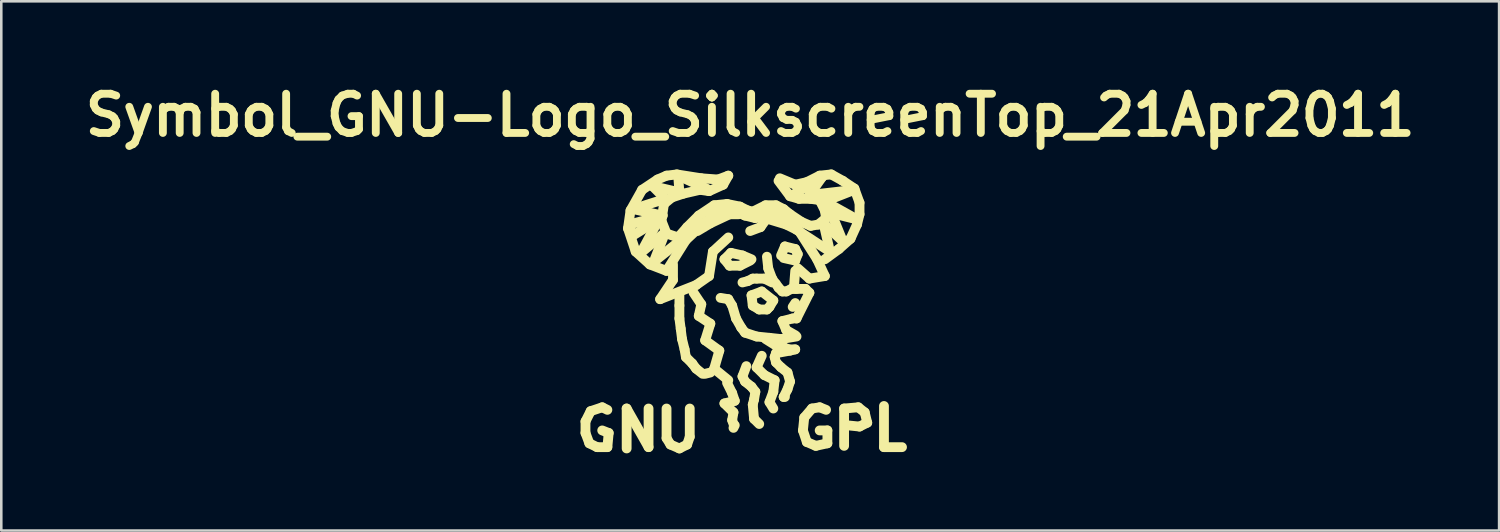
<source format=kicad_pcb>
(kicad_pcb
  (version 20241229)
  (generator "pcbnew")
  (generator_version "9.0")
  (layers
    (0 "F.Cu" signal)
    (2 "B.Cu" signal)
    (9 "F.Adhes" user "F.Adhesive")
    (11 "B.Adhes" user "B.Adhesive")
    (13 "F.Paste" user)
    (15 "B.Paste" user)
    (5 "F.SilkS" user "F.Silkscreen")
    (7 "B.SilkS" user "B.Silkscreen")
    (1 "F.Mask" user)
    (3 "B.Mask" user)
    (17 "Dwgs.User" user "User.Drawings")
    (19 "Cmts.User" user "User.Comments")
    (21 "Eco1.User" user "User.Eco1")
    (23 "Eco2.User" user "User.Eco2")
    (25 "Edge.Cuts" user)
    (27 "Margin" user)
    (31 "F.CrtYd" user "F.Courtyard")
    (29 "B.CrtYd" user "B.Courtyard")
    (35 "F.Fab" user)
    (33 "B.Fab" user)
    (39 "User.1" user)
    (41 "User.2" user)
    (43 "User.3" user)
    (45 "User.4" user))
  (footprint "Symbol_GNU-Logo_SilkscreenTop_21Apr2011"
    (layer "F.Cu")
    (at 26.104 7.477)
    (property "Reference" "Symbol_GNU-Logo_SilkscreenTop_21Apr2011" (at 0 -6.05 0) (layer "F.SilkS") (effects (font (size 1.524 1.524) (thickness 0.305))))
    (attr through_hole)
    (fp_line (start -6.401 5.85) (end -6.401 6.299) (stroke (width 0.381) (type solid)) (layer "F.SilkS"))
    (fp_line (start -6.401 6.299) (end -6.251 6.701) (stroke (width 0.381) (type solid)) (layer "F.SilkS"))
    (fp_line (start -6.251 6.701) (end -5.951 6.85) (stroke (width 0.381) (type solid)) (layer "F.SilkS"))
    (fp_line (start -6.2 5.451) (end -6.401 5.85) (stroke (width 0.381) (type solid)) (layer "F.SilkS"))
    (fp_line (start -5.951 6.85) (end -5.55 6.85) (stroke (width 0.381) (type solid)) (layer "F.SilkS"))
    (fp_line (start -5.751 5.301) (end -6.2 5.451) (stroke (width 0.381) (type solid)) (layer "F.SilkS"))
    (fp_line (start -5.55 5.4) (end -5.751 5.301) (stroke (width 0.381) (type solid)) (layer "F.SilkS"))
    (fp_line (start -5.55 6.85) (end -5.499 6.299) (stroke (width 0.381) (type solid)) (layer "F.SilkS"))
    (fp_line (start -5.499 6.299) (end -5.751 6.2) (stroke (width 0.381) (type solid)) (layer "F.SilkS"))
    (fp_line (start -4.801 5.349) (end -3.95 6.85) (stroke (width 0.381) (type solid)) (layer "F.SilkS"))
    (fp_line (start -4.801 6.901) (end -4.801 5.349) (stroke (width 0.381) (type solid)) (layer "F.SilkS"))
    (fp_line (start -4.75 -1.651) (end -4.45 -0.749) (stroke (width 0.381) (type solid)) (layer "F.SilkS"))
    (fp_line (start -4.699 -1.801) (end -3.401 -2.149) (stroke (width 0.381) (type solid)) (layer "F.SilkS"))
    (fp_line (start -4.651 -2.349) (end -4.75 -1.651) (stroke (width 0.381) (type solid)) (layer "F.SilkS"))
    (fp_line (start -4.6 -1.349) (end -4.699 -1.801) (stroke (width 0.381) (type solid)) (layer "F.SilkS"))
    (fp_line (start -4.549 -2.4) (end -3.299 -2.799) (stroke (width 0.381) (type solid)) (layer "F.SilkS"))
    (fp_line (start -4.45 -0.749) (end -3.899 -0.249) (stroke (width 0.381) (type solid)) (layer "F.SilkS"))
    (fp_line (start -4.249 -0.701) (end -3.551 -1.999) (stroke (width 0.381) (type solid)) (layer "F.SilkS"))
    (fp_line (start -4.201 -3.15) (end -4.651 -2.349) (stroke (width 0.381) (type solid)) (layer "F.SilkS"))
    (fp_line (start -3.95 6.85) (end -3.95 5.349) (stroke (width 0.381) (type solid)) (layer "F.SilkS"))
    (fp_line (start -3.899 -0.249) (end -3.251 0) (stroke (width 0.381) (type solid)) (layer "F.SilkS"))
    (fp_line (start -3.8 -3.299) (end -2.751 -3.051) (stroke (width 0.381) (type solid)) (layer "F.SilkS"))
    (fp_line (start -3.749 -0.351) (end -3.299 -1.501) (stroke (width 0.381) (type solid)) (layer "F.SilkS"))
    (fp_line (start -3.599 -3.551) (end -4.201 -3.15) (stroke (width 0.381) (type solid)) (layer "F.SilkS"))
    (fp_line (start -3.551 -1.999) (end -4.6 -1.349) (stroke (width 0.381) (type solid)) (layer "F.SilkS"))
    (fp_line (start -3.5 1.1) (end -2.101 0.551) (stroke (width 0.381) (type solid)) (layer "F.SilkS"))
    (fp_line (start -3.449 -1.951) (end -3.35 -2.601) (stroke (width 0.381) (type solid)) (layer "F.SilkS"))
    (fp_line (start -3.401 -2.149) (end -4.549 -2.4) (stroke (width 0.381) (type solid)) (layer "F.SilkS"))
    (fp_line (start -3.35 -2.601) (end -3.051 -2.85) (stroke (width 0.381) (type solid)) (layer "F.SilkS"))
    (fp_line (start -3.299 -2.799) (end -3.8 -3.299) (stroke (width 0.381) (type solid)) (layer "F.SilkS"))
    (fp_line (start -3.299 -1.501) (end -4.249 -0.701) (stroke (width 0.381) (type solid)) (layer "F.SilkS"))
    (fp_line (start -3.251 -3.701) (end -3.599 -3.551) (stroke (width 0.381) (type solid)) (layer "F.SilkS"))
    (fp_line (start -3.251 -1.45) (end -3.449 -1.951) (stroke (width 0.381) (type solid)) (layer "F.SilkS"))
    (fp_line (start -3.251 0) (end -2.499 -1.199) (stroke (width 0.381) (type solid)) (layer "F.SilkS"))
    (fp_line (start -3.251 5.349) (end -3.251 6.5) (stroke (width 0.381) (type solid)) (layer "F.SilkS"))
    (fp_line (start -3.251 6.5) (end -3.099 6.749) (stroke (width 0.381) (type solid)) (layer "F.SilkS"))
    (fp_line (start -3.099 6.749) (end -2.751 6.901) (stroke (width 0.381) (type solid)) (layer "F.SilkS"))
    (fp_line (start -3.051 -2.85) (end -2.601 -3) (stroke (width 0.381) (type solid)) (layer "F.SilkS"))
    (fp_line (start -3 -0.249) (end -3 0.351) (stroke (width 0.381) (type solid)) (layer "F.SilkS"))
    (fp_line (start -3 0.351) (end -3.5 1.1) (stroke (width 0.381) (type solid)) (layer "F.SilkS"))
    (fp_line (start -2.85 -3.749) (end -3.251 -3.701) (stroke (width 0.381) (type solid)) (layer "F.SilkS"))
    (fp_line (start -2.799 -3.701) (end -1.699 -3.2) (stroke (width 0.381) (type solid)) (layer "F.SilkS"))
    (fp_line (start -2.799 -1.3) (end -3.251 -1.45) (stroke (width 0.381) (type solid)) (layer "F.SilkS"))
    (fp_line (start -2.751 -3.051) (end -2.799 -3.701) (stroke (width 0.381) (type solid)) (layer "F.SilkS"))
    (fp_line (start -2.751 -1.151) (end -3.749 -0.351) (stroke (width 0.381) (type solid)) (layer "F.SilkS"))
    (fp_line (start -2.751 1.349) (end -2.751 0.851) (stroke (width 0.381) (type solid)) (layer "F.SilkS"))
    (fp_line (start -2.751 1.849) (end -2.751 1.349) (stroke (width 0.381) (type solid)) (layer "F.SilkS"))
    (fp_line (start -2.751 6.901) (end -2.451 6.749) (stroke (width 0.381) (type solid)) (layer "F.SilkS"))
    (fp_line (start -2.7 2.25) (end -2.751 1.849) (stroke (width 0.381) (type solid)) (layer "F.SilkS"))
    (fp_line (start -2.649 2.649) (end -2.7 2.25) (stroke (width 0.381) (type solid)) (layer "F.SilkS"))
    (fp_line (start -2.601 -3) (end -1.951 -3.15) (stroke (width 0.381) (type solid)) (layer "F.SilkS"))
    (fp_line (start -2.55 3.051) (end -2.649 2.649) (stroke (width 0.381) (type solid)) (layer "F.SilkS"))
    (fp_line (start -2.499 -1.199) (end -1.801 -1.849) (stroke (width 0.381) (type solid)) (layer "F.SilkS"))
    (fp_line (start -2.499 3.35) (end -2.55 3.051) (stroke (width 0.381) (type solid)) (layer "F.SilkS"))
    (fp_line (start -2.451 -1.699) (end -2.799 -1.3) (stroke (width 0.381) (type solid)) (layer "F.SilkS"))
    (fp_line (start -2.451 6.749) (end -2.349 6.449) (stroke (width 0.381) (type solid)) (layer "F.SilkS"))
    (fp_line (start -2.349 6.449) (end -2.349 5.349) (stroke (width 0.381) (type solid)) (layer "F.SilkS"))
    (fp_line (start -2.25 3.599) (end -2.499 3.35) (stroke (width 0.381) (type solid)) (layer "F.SilkS"))
    (fp_line (start -2.2 0.851) (end -1.9 1.3) (stroke (width 0.381) (type solid)) (layer "F.SilkS"))
    (fp_line (start -2.101 0.551) (end -1.6 0.201) (stroke (width 0.381) (type solid)) (layer "F.SilkS"))
    (fp_line (start -2.101 3.8) (end -2.25 3.599) (stroke (width 0.381) (type solid)) (layer "F.SilkS"))
    (fp_line (start -2.05 -1.549) (end -1.549 -1.849) (stroke (width 0.381) (type solid)) (layer "F.SilkS"))
    (fp_line (start -1.999 -2.149) (end -2.451 -1.699) (stroke (width 0.381) (type solid)) (layer "F.SilkS"))
    (fp_line (start -1.999 1.75) (end -1.549 2.05) (stroke (width 0.381) (type solid)) (layer "F.SilkS"))
    (fp_line (start -1.951 -3.15) (end -1.6 -3.099) (stroke (width 0.381) (type solid)) (layer "F.SilkS"))
    (fp_line (start -1.9 -3.599) (end -2.85 -3.749) (stroke (width 0.381) (type solid)) (layer "F.SilkS"))
    (fp_line (start -1.9 1.3) (end -1.999 1.75) (stroke (width 0.381) (type solid)) (layer "F.SilkS"))
    (fp_line (start -1.849 4) (end -2.101 3.8) (stroke (width 0.381) (type solid)) (layer "F.SilkS"))
    (fp_line (start -1.801 -1.849) (end -1.199 -2.301) (stroke (width 0.381) (type solid)) (layer "F.SilkS"))
    (fp_line (start -1.75 2.7) (end -1.199 3.099) (stroke (width 0.381) (type solid)) (layer "F.SilkS"))
    (fp_line (start -1.75 4) (end -1.549 3.95) (stroke (width 0.381) (type solid)) (layer "F.SilkS"))
    (fp_line (start -1.6 -3.099) (end -1.049 -3.35) (stroke (width 0.381) (type solid)) (layer "F.SilkS"))
    (fp_line (start -1.6 0.201) (end -1.45 -0.749) (stroke (width 0.381) (type solid)) (layer "F.SilkS"))
    (fp_line (start -1.549 -1.849) (end -0.8 -2.2) (stroke (width 0.381) (type solid)) (layer "F.SilkS"))
    (fp_line (start -1.549 2.05) (end -1.75 2.7) (stroke (width 0.381) (type solid)) (layer "F.SilkS"))
    (fp_line (start -1.45 -0.749) (end -0.851 -1.3) (stroke (width 0.381) (type solid)) (layer "F.SilkS"))
    (fp_line (start -1.4 -2.55) (end -1.999 -2.149) (stroke (width 0.381) (type solid)) (layer "F.SilkS"))
    (fp_line (start -1.4 3.8) (end -0.851 4.249) (stroke (width 0.381) (type solid)) (layer "F.SilkS"))
    (fp_line (start -1.25 -3.551) (end -1.9 -3.599) (stroke (width 0.381) (type solid)) (layer "F.SilkS"))
    (fp_line (start -1.199 -2.301) (end -0.65 -2.349) (stroke (width 0.381) (type solid)) (layer "F.SilkS"))
    (fp_line (start -1.199 3.099) (end -1.4 3.8) (stroke (width 0.381) (type solid)) (layer "F.SilkS"))
    (fp_line (start -1.049 -3.35) (end -0.851 -3.701) (stroke (width 0.381) (type solid)) (layer "F.SilkS"))
    (fp_line (start -1.001 -0.45) (end -0.8 -0.201) (stroke (width 0.381) (type solid)) (layer "F.SilkS"))
    (fp_line (start -1.001 5.151) (end -0.65 5.499) (stroke (width 0.381) (type solid)) (layer "F.SilkS"))
    (fp_line (start -0.899 -2.601) (end -1.4 -2.55) (stroke (width 0.381) (type solid)) (layer "F.SilkS"))
    (fp_line (start -0.899 4.351) (end -0.701 4.75) (stroke (width 0.381) (type solid)) (layer "F.SilkS"))
    (fp_line (start -0.851 -3.701) (end -1.25 -3.551) (stroke (width 0.381) (type solid)) (layer "F.SilkS"))
    (fp_line (start -0.851 1.1) (end -1.151 1.049) (stroke (width 0.381) (type solid)) (layer "F.SilkS"))
    (fp_line (start -0.8 -2.2) (end -0.45 -2.2) (stroke (width 0.381) (type solid)) (layer "F.SilkS"))
    (fp_line (start -0.8 -0.201) (end -0.399 -0.201) (stroke (width 0.381) (type solid)) (layer "F.SilkS"))
    (fp_line (start -0.749 -0.701) (end -1.001 -0.45) (stroke (width 0.381) (type solid)) (layer "F.SilkS"))
    (fp_line (start -0.701 1.349) (end -0.851 1.1) (stroke (width 0.381) (type solid)) (layer "F.SilkS"))
    (fp_line (start -0.701 4.75) (end -0.599 5.05) (stroke (width 0.381) (type solid)) (layer "F.SilkS"))
    (fp_line (start -0.701 5.799) (end -0.65 5.951) (stroke (width 0.381) (type solid)) (layer "F.SilkS"))
    (fp_line (start -0.65 -2.349) (end -0.201 -2.149) (stroke (width 0.381) (type solid)) (layer "F.SilkS"))
    (fp_line (start -0.65 5.499) (end -0.701 5.799) (stroke (width 0.381) (type solid)) (layer "F.SilkS"))
    (fp_line (start -0.599 5.05) (end -1.001 5.151) (stroke (width 0.381) (type solid)) (layer "F.SilkS"))
    (fp_line (start -0.599 5.999) (end -0.65 6.101) (stroke (width 0.381) (type solid)) (layer "F.SilkS"))
    (fp_line (start -0.551 1.849) (end -0.701 1.349) (stroke (width 0.381) (type solid)) (layer "F.SilkS"))
    (fp_line (start -0.399 -2.499) (end -0.899 -2.601) (stroke (width 0.381) (type solid)) (layer "F.SilkS"))
    (fp_line (start -0.399 -0.201) (end 0 -0.399) (stroke (width 0.381) (type solid)) (layer "F.SilkS"))
    (fp_line (start -0.351 2.2) (end -0.551 1.849) (stroke (width 0.381) (type solid)) (layer "F.SilkS"))
    (fp_line (start -0.3 -0.599) (end -0.749 -0.701) (stroke (width 0.381) (type solid)) (layer "F.SilkS"))
    (fp_line (start -0.3 4.1) (end -0.201 4.3) (stroke (width 0.381) (type solid)) (layer "F.SilkS"))
    (fp_line (start -0.201 -2.149) (end 0.201 -2.05) (stroke (width 0.381) (type solid)) (layer "F.SilkS"))
    (fp_line (start -0.201 2.4) (end -0.351 2.2) (stroke (width 0.381) (type solid)) (layer "F.SilkS"))
    (fp_line (start -0.201 4.3) (end 0.051 4.501) (stroke (width 0.381) (type solid)) (layer "F.SilkS"))
    (fp_line (start -0.15 3.701) (end -0.3 4.1) (stroke (width 0.381) (type solid)) (layer "F.SilkS"))
    (fp_line (start -0.099 -2.349) (end -0.399 -2.499) (stroke (width 0.381) (type solid)) (layer "F.SilkS"))
    (fp_line (start -0.099 0.399) (end -0.3 0.45) (stroke (width 0.381) (type solid)) (layer "F.SilkS"))
    (fp_line (start 0 -1.549) (end 0.399 -1.699) (stroke (width 0.381) (type solid)) (layer "F.SilkS"))
    (fp_line (start 0.051 -0.45) (end -0.3 -0.599) (stroke (width 0.381) (type solid)) (layer "F.SilkS"))
    (fp_line (start 0.051 0.95) (end 0.099 1.349) (stroke (width 0.381) (type solid)) (layer "F.SilkS"))
    (fp_line (start 0.051 4.501) (end 0.201 4.699) (stroke (width 0.381) (type solid)) (layer "F.SilkS"))
    (fp_line (start 0.099 -2.301) (end -0.099 -2.349) (stroke (width 0.381) (type solid)) (layer "F.SilkS"))
    (fp_line (start 0.099 0.3) (end -0.099 0.399) (stroke (width 0.381) (type solid)) (layer "F.SilkS"))
    (fp_line (start 0.099 1.349) (end 0.351 1.501) (stroke (width 0.381) (type solid)) (layer "F.SilkS"))
    (fp_line (start 0.099 5.199) (end 0.15 5.751) (stroke (width 0.381) (type solid)) (layer "F.SilkS"))
    (fp_line (start 0.15 5.001) (end 0.099 5.199) (stroke (width 0.381) (type solid)) (layer "F.SilkS"))
    (fp_line (start 0.15 5.751) (end 0.351 5.951) (stroke (width 0.381) (type solid)) (layer "F.SilkS"))
    (fp_line (start 0.201 -2.05) (end 0.65 -2.2) (stroke (width 0.381) (type solid)) (layer "F.SilkS"))
    (fp_line (start 0.201 4.699) (end 0.15 5.001) (stroke (width 0.381) (type solid)) (layer "F.SilkS"))
    (fp_line (start 0.249 0.3) (end 0.099 0.3) (stroke (width 0.381) (type solid)) (layer "F.SilkS"))
    (fp_line (start 0.249 2.55) (end -0.201 2.4) (stroke (width 0.381) (type solid)) (layer "F.SilkS"))
    (fp_line (start 0.249 3.749) (end 0.551 4.049) (stroke (width 0.381) (type solid)) (layer "F.SilkS"))
    (fp_line (start 0.351 1.501) (end 0.65 1.501) (stroke (width 0.381) (type solid)) (layer "F.SilkS"))
    (fp_line (start 0.399 -1.699) (end 0.65 -2.05) (stroke (width 0.381) (type solid)) (layer "F.SilkS"))
    (fp_line (start 0.45 0.8) (end 0.051 0.95) (stroke (width 0.381) (type solid)) (layer "F.SilkS"))
    (fp_line (start 0.45 3.299) (end 0.249 3.749) (stroke (width 0.381) (type solid)) (layer "F.SilkS"))
    (fp_line (start 0.551 0.3) (end 0.249 0.3) (stroke (width 0.381) (type solid)) (layer "F.SilkS"))
    (fp_line (start 0.551 4.049) (end 0.95 4.249) (stroke (width 0.381) (type solid)) (layer "F.SilkS"))
    (fp_line (start 0.599 -2.55) (end 0.099 -2.301) (stroke (width 0.381) (type solid)) (layer "F.SilkS"))
    (fp_line (start 0.599 2.649) (end 1.001 2.901) (stroke (width 0.381) (type solid)) (layer "F.SilkS"))
    (fp_line (start 0.65 -2.2) (end 1.1 -2.101) (stroke (width 0.381) (type solid)) (layer "F.SilkS"))
    (fp_line (start 0.65 -0.551) (end 0.701 -0.099) (stroke (width 0.381) (type solid)) (layer "F.SilkS"))
    (fp_line (start 0.65 1.501) (end 0.749 1.4) (stroke (width 0.381) (type solid)) (layer "F.SilkS"))
    (fp_line (start 0.701 -0.099) (end 0.851 0.3) (stroke (width 0.381) (type solid)) (layer "F.SilkS"))
    (fp_line (start 0.749 -1.999) (end 1.4 -1.801) (stroke (width 0.381) (type solid)) (layer "F.SilkS"))
    (fp_line (start 0.749 1.4) (end 0.899 1.151) (stroke (width 0.381) (type solid)) (layer "F.SilkS"))
    (fp_line (start 0.749 2.601) (end 0.249 2.55) (stroke (width 0.381) (type solid)) (layer "F.SilkS"))
    (fp_line (start 0.749 5.1) (end 0.899 5.349) (stroke (width 0.381) (type solid)) (layer "F.SilkS"))
    (fp_line (start 0.851 -2.301) (end 1.1 -2.25) (stroke (width 0.381) (type solid)) (layer "F.SilkS"))
    (fp_line (start 0.851 0.3) (end 0.95 0.45) (stroke (width 0.381) (type solid)) (layer "F.SilkS"))
    (fp_line (start 0.851 0.45) (end 0.551 0.3) (stroke (width 0.381) (type solid)) (layer "F.SilkS"))
    (fp_line (start 0.899 1.151) (end 0.45 0.8) (stroke (width 0.381) (type solid)) (layer "F.SilkS"))
    (fp_line (start 0.899 4.699) (end 0.749 5.1) (stroke (width 0.381) (type solid)) (layer "F.SilkS"))
    (fp_line (start 0.95 3.35) (end 1.001 3.551) (stroke (width 0.381) (type solid)) (layer "F.SilkS"))
    (fp_line (start 0.95 4.249) (end 0.899 4.699) (stroke (width 0.381) (type solid)) (layer "F.SilkS"))
    (fp_line (start 1.001 -2.55) (end 0.599 -2.55) (stroke (width 0.381) (type solid)) (layer "F.SilkS"))
    (fp_line (start 1.001 0.5) (end 1.1 0.65) (stroke (width 0.381) (type solid)) (layer "F.SilkS"))
    (fp_line (start 1.001 2.901) (end 1.25 2.901) (stroke (width 0.381) (type solid)) (layer "F.SilkS"))
    (fp_line (start 1.001 3.2) (end 0.95 3.35) (stroke (width 0.381) (type solid)) (layer "F.SilkS"))
    (fp_line (start 1.001 3.551) (end 1.199 3.749) (stroke (width 0.381) (type solid)) (layer "F.SilkS"))
    (fp_line (start 1.1 -3.5) (end 1.549 -2.901) (stroke (width 0.381) (type solid)) (layer "F.SilkS"))
    (fp_line (start 1.1 -2.101) (end 1.699 -1.801) (stroke (width 0.381) (type solid)) (layer "F.SilkS"))
    (fp_line (start 1.1 0.65) (end 1.25 0.8) (stroke (width 0.381) (type solid)) (layer "F.SilkS"))
    (fp_line (start 1.151 -3.599) (end 1.75 -3.35) (stroke (width 0.381) (type solid)) (layer "F.SilkS"))
    (fp_line (start 1.199 -0.599) (end 1.349 -0.95) (stroke (width 0.381) (type solid)) (layer "F.SilkS"))
    (fp_line (start 1.199 2.649) (end 0.749 2.601) (stroke (width 0.381) (type solid)) (layer "F.SilkS"))
    (fp_line (start 1.199 3.749) (end 1.45 3.95) (stroke (width 0.381) (type solid)) (layer "F.SilkS"))
    (fp_line (start 1.25 0.8) (end 1.4 0.8) (stroke (width 0.381) (type solid)) (layer "F.SilkS"))
    (fp_line (start 1.25 1.951) (end 1.4 2.301) (stroke (width 0.381) (type solid)) (layer "F.SilkS"))
    (fp_line (start 1.25 2.949) (end 1.501 3.051) (stroke (width 0.381) (type solid)) (layer "F.SilkS"))
    (fp_line (start 1.3 -2.4) (end 1.001 -2.55) (stroke (width 0.381) (type solid)) (layer "F.SilkS"))
    (fp_line (start 1.3 4.9) (end 1.349 4.9) (stroke (width 0.381) (type solid)) (layer "F.SilkS"))
    (fp_line (start 1.349 -0.95) (end 1.75 -0.851) (stroke (width 0.381) (type solid)) (layer "F.SilkS"))
    (fp_line (start 1.4 -1.801) (end 1.801 -1.6) (stroke (width 0.381) (type solid)) (layer "F.SilkS"))
    (fp_line (start 1.4 0.8) (end 1.6 0.701) (stroke (width 0.381) (type solid)) (layer "F.SilkS"))
    (fp_line (start 1.4 2.301) (end 1.75 2.499) (stroke (width 0.381) (type solid)) (layer "F.SilkS"))
    (fp_line (start 1.45 3.95) (end 1.549 4.3) (stroke (width 0.381) (type solid)) (layer "F.SilkS"))
    (fp_line (start 1.45 4.6) (end 1.3 4.9) (stroke (width 0.381) (type solid)) (layer "F.SilkS"))
    (fp_line (start 1.501 3.051) (end 1.75 3.051) (stroke (width 0.381) (type solid)) (layer "F.SilkS"))
    (fp_line (start 1.549 -2.901) (end 1.9 -2.799) (stroke (width 0.381) (type solid)) (layer "F.SilkS"))
    (fp_line (start 1.549 -2.2) (end 1.3 -2.4) (stroke (width 0.381) (type solid)) (layer "F.SilkS"))
    (fp_line (start 1.549 3.099) (end 1.001 3.2) (stroke (width 0.381) (type solid)) (layer "F.SilkS"))
    (fp_line (start 1.549 4.3) (end 1.45 4.6) (stroke (width 0.381) (type solid)) (layer "F.SilkS"))
    (fp_line (start 1.6 0.701) (end 1.801 0.701) (stroke (width 0.381) (type solid)) (layer "F.SilkS"))
    (fp_line (start 1.651 1.849) (end 1.25 1.951) (stroke (width 0.381) (type solid)) (layer "F.SilkS"))
    (fp_line (start 1.699 -1.801) (end 1.9 -1.549) (stroke (width 0.381) (type solid)) (layer "F.SilkS"))
    (fp_line (start 1.75 -3.35) (end 2.2 -3.449) (stroke (width 0.381) (type solid)) (layer "F.SilkS"))
    (fp_line (start 1.75 -0.851) (end 1.849 -0.65) (stroke (width 0.381) (type solid)) (layer "F.SilkS"))
    (fp_line (start 1.75 -0.399) (end 1.3 -0.5) (stroke (width 0.381) (type solid)) (layer "F.SilkS"))
    (fp_line (start 1.75 0) (end 1.699 0.65) (stroke (width 0.381) (type solid)) (layer "F.SilkS"))
    (fp_line (start 1.75 0.701) (end 2.149 0.701) (stroke (width 0.381) (type solid)) (layer "F.SilkS"))
    (fp_line (start 1.75 1.25) (end 1.651 1.4) (stroke (width 0.381) (type solid)) (layer "F.SilkS"))
    (fp_line (start 1.75 3.051) (end 1.549 3.099) (stroke (width 0.381) (type solid)) (layer "F.SilkS"))
    (fp_line (start 1.801 -1.6) (end 3.099 -0.749) (stroke (width 0.381) (type solid)) (layer "F.SilkS"))
    (fp_line (start 1.801 1.849) (end 1.651 1.849) (stroke (width 0.381) (type solid)) (layer "F.SilkS"))
    (fp_line (start 1.801 2.55) (end 1.199 2.649) (stroke (width 0.381) (type solid)) (layer "F.SilkS"))
    (fp_line (start 1.849 -0.65) (end 1.75 -0.399) (stroke (width 0.381) (type solid)) (layer "F.SilkS"))
    (fp_line (start 1.9 -2.799) (end 2.349 -2.799) (stroke (width 0.381) (type solid)) (layer "F.SilkS"))
    (fp_line (start 1.9 -1.549) (end 2.601 -0.45) (stroke (width 0.381) (type solid)) (layer "F.SilkS"))
    (fp_line (start 1.999 -1.9) (end 1.549 -2.2) (stroke (width 0.381) (type solid)) (layer "F.SilkS"))
    (fp_line (start 2.05 6.2) (end 2.2 6.65) (stroke (width 0.381) (type solid)) (layer "F.SilkS"))
    (fp_line (start 2.101 5.7) (end 2.05 6.2) (stroke (width 0.381) (type solid)) (layer "F.SilkS"))
    (fp_line (start 2.149 0.701) (end 2.301 0.851) (stroke (width 0.381) (type solid)) (layer "F.SilkS"))
    (fp_line (start 2.2 -3.449) (end 2.7 -3.701) (stroke (width 0.381) (type solid)) (layer "F.SilkS"))
    (fp_line (start 2.2 6.65) (end 2.55 6.8) (stroke (width 0.381) (type solid)) (layer "F.SilkS"))
    (fp_line (start 2.301 -2.949) (end 2.799 -3.65) (stroke (width 0.381) (type solid)) (layer "F.SilkS"))
    (fp_line (start 2.301 0.3) (end 1.849 -0.099) (stroke (width 0.381) (type solid)) (layer "F.SilkS"))
    (fp_line (start 2.301 0.851) (end 1.801 1.849) (stroke (width 0.381) (type solid)) (layer "F.SilkS"))
    (fp_line (start 2.349 -2.799) (end 2.7 -2.751) (stroke (width 0.381) (type solid)) (layer "F.SilkS"))
    (fp_line (start 2.349 -1.75) (end 1.999 -1.9) (stroke (width 0.381) (type solid)) (layer "F.SilkS"))
    (fp_line (start 2.4 5.349) (end 2.101 5.7) (stroke (width 0.381) (type solid)) (layer "F.SilkS"))
    (fp_line (start 2.55 6.8) (end 3 6.701) (stroke (width 0.381) (type solid)) (layer "F.SilkS"))
    (fp_line (start 2.601 -0.45) (end 2.901 0.201) (stroke (width 0.381) (type solid)) (layer "F.SilkS"))
    (fp_line (start 2.649 -1.801) (end 2.349 -1.75) (stroke (width 0.381) (type solid)) (layer "F.SilkS"))
    (fp_line (start 2.7 -3.701) (end 3.15 -3.749) (stroke (width 0.381) (type solid)) (layer "F.SilkS"))
    (fp_line (start 2.7 -2.751) (end 2.901 -2.349) (stroke (width 0.381) (type solid)) (layer "F.SilkS"))
    (fp_line (start 2.7 5.301) (end 2.4 5.349) (stroke (width 0.381) (type solid)) (layer "F.SilkS"))
    (fp_line (start 2.799 -3.65) (end 1.651 -2.949) (stroke (width 0.381) (type solid)) (layer "F.SilkS"))
    (fp_line (start 2.85 -1.849) (end 3.599 -1.151) (stroke (width 0.381) (type solid)) (layer "F.SilkS"))
    (fp_line (start 2.901 -2.7) (end 4.049 -3.15) (stroke (width 0.381) (type solid)) (layer "F.SilkS"))
    (fp_line (start 2.901 -2.349) (end 2.949 -2.05) (stroke (width 0.381) (type solid)) (layer "F.SilkS"))
    (fp_line (start 2.901 0.201) (end 2.301 0.3) (stroke (width 0.381) (type solid)) (layer "F.SilkS"))
    (fp_line (start 2.949 -2.05) (end 2.649 -1.801) (stroke (width 0.381) (type solid)) (layer "F.SilkS"))
    (fp_line (start 2.949 5.4) (end 2.7 5.301) (stroke (width 0.381) (type solid)) (layer "F.SilkS"))
    (fp_line (start 3 6.2) (end 2.7 6.2) (stroke (width 0.381) (type solid)) (layer "F.SilkS"))
    (fp_line (start 3 6.701) (end 3 6.2) (stroke (width 0.381) (type solid)) (layer "F.SilkS"))
    (fp_line (start 3.099 -0.749) (end 2.85 -1.849) (stroke (width 0.381) (type solid)) (layer "F.SilkS"))
    (fp_line (start 3.15 -3.749) (end 3.599 -3.5) (stroke (width 0.381) (type solid)) (layer "F.SilkS"))
    (fp_line (start 3.15 -2.25) (end 4.15 -1.999) (stroke (width 0.381) (type solid)) (layer "F.SilkS"))
    (fp_line (start 3.449 -0.851) (end 2.901 -0.45) (stroke (width 0.381) (type solid)) (layer "F.SilkS"))
    (fp_line (start 3.599 -3.5) (end 4.049 -3.2) (stroke (width 0.381) (type solid)) (layer "F.SilkS"))
    (fp_line (start 3.599 -1.151) (end 3.15 -2.25) (stroke (width 0.381) (type solid)) (layer "F.SilkS"))
    (fp_line (start 3.65 5.349) (end 4.201 5.301) (stroke (width 0.381) (type solid)) (layer "F.SilkS"))
    (fp_line (start 3.65 6.8) (end 3.65 5.349) (stroke (width 0.381) (type solid)) (layer "F.SilkS"))
    (fp_line (start 3.899 -1.25) (end 3.449 -0.851) (stroke (width 0.381) (type solid)) (layer "F.SilkS"))
    (fp_line (start 4.049 -3.2) (end 4.249 -2.649) (stroke (width 0.381) (type solid)) (layer "F.SilkS"))
    (fp_line (start 4.049 -3.15) (end 2.301 -2.949) (stroke (width 0.381) (type solid)) (layer "F.SilkS"))
    (fp_line (start 4.15 -1.999) (end 2.901 -2.7) (stroke (width 0.381) (type solid)) (layer "F.SilkS"))
    (fp_line (start 4.15 -1.801) (end 3.899 -1.25) (stroke (width 0.381) (type solid)) (layer "F.SilkS"))
    (fp_line (start 4.201 5.301) (end 4.45 5.499) (stroke (width 0.381) (type solid)) (layer "F.SilkS"))
    (fp_line (start 4.249 -2.649) (end 4.249 -2.2) (stroke (width 0.381) (type solid)) (layer "F.SilkS"))
    (fp_line (start 4.249 -2.2) (end 4.15 -1.801) (stroke (width 0.381) (type solid)) (layer "F.SilkS"))
    (fp_line (start 4.249 6.05) (end 3.749 5.999) (stroke (width 0.381) (type solid)) (layer "F.SilkS"))
    (fp_line (start 4.45 5.499) (end 4.549 5.9) (stroke (width 0.381) (type solid)) (layer "F.SilkS"))
    (fp_line (start 4.549 5.9) (end 4.249 6.05) (stroke (width 0.381) (type solid)) (layer "F.SilkS"))
    (fp_line (start 5.199 5.25) (end 5.199 6.85) (stroke (width 0.381) (type solid)) (layer "F.SilkS"))
    (fp_line (start 5.199 6.85) (end 5.9 6.85) (stroke (width 0.381) (type solid)) (layer "F.SilkS")))
  (gr_rect
    (start -3 -3)
    (end 55.208 17.568)
    (stroke (width 0.1) (type default))
    (fill no)
    (layer "Edge.Cuts")))
</source>
